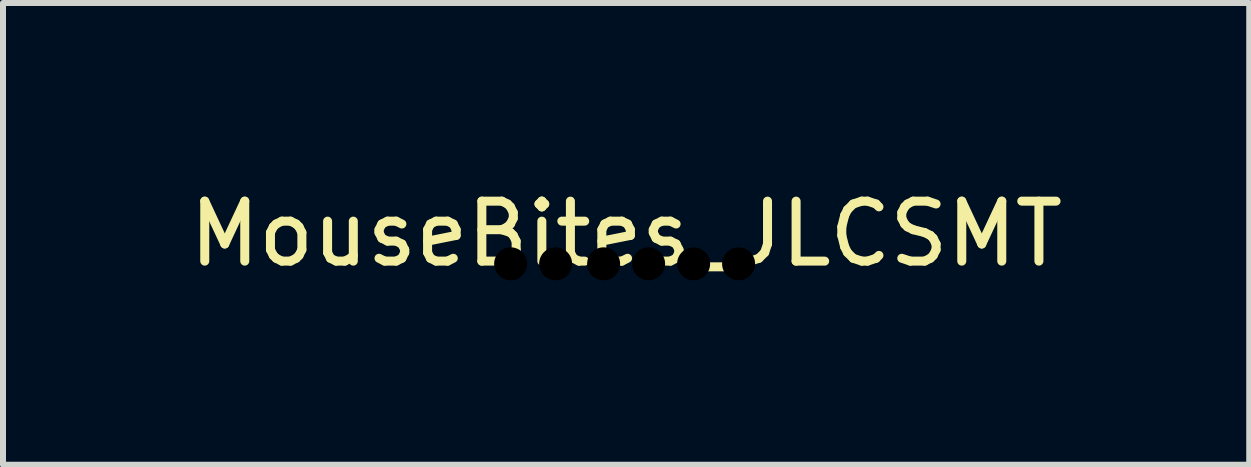
<source format=kicad_pcb>
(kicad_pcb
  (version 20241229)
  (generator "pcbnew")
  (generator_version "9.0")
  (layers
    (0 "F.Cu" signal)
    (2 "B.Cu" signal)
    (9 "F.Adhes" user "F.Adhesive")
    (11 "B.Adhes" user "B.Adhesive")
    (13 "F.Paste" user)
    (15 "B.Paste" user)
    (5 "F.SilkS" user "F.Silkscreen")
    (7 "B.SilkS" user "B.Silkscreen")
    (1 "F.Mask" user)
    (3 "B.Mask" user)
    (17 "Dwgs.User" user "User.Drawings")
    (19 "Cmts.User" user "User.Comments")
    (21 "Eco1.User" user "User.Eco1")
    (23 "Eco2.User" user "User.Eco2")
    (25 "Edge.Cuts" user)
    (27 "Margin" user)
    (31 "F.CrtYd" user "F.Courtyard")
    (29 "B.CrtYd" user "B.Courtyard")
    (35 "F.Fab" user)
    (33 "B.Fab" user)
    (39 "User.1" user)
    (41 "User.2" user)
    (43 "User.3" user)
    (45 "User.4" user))
  (footprint "MouseBites_JLCSMT"
    (layer "F.Cu")
    (at 7.387 1.348)
    (property "Reference" "MouseBites_JLCSMT" (at 0 -0.5 0) (unlocked yes) (layer "F.SilkS") (effects (font (size 1 1) (thickness 0.15))))
    (fp_line (start -2.5 -0.2) (end -2.5 0.2) (stroke (width 0.05) (type default)) (layer "User.2"))
    (fp_line (start 2.5 -0.2) (end 2.5 0.2) (stroke (width 0.05) (type default)) (layer "User.2"))
    (pad "" np_thru_hole circle (at -1.925 0) (size 0.55 0.55) (drill 0.55) (layers "*.Mask"))
    (pad "" np_thru_hole circle (at -1.175 0) (size 0.55 0.55) (drill 0.55) (layers "*.Mask"))
    (pad "" np_thru_hole circle (at -0.375 0) (size 0.55 0.55) (drill 0.55) (layers "*.Mask"))
    (pad "" np_thru_hole circle (at 0.375 0) (size 0.55 0.55) (drill 0.55) (layers "*.Mask"))
    (pad "" np_thru_hole circle (at 1.125 0) (size 0.55 0.55) (drill 0.55) (layers "*.Mask"))
    (pad "" np_thru_hole circle (at 1.875 0) (size 0.55 0.55) (drill 0.55) (layers "*.Mask")))
  (gr_rect
    (start -3 -3)
    (end 17.774 4.697)
    (stroke (width 0.1) (type default))
    (fill no)
    (layer "Edge.Cuts")))
</source>
